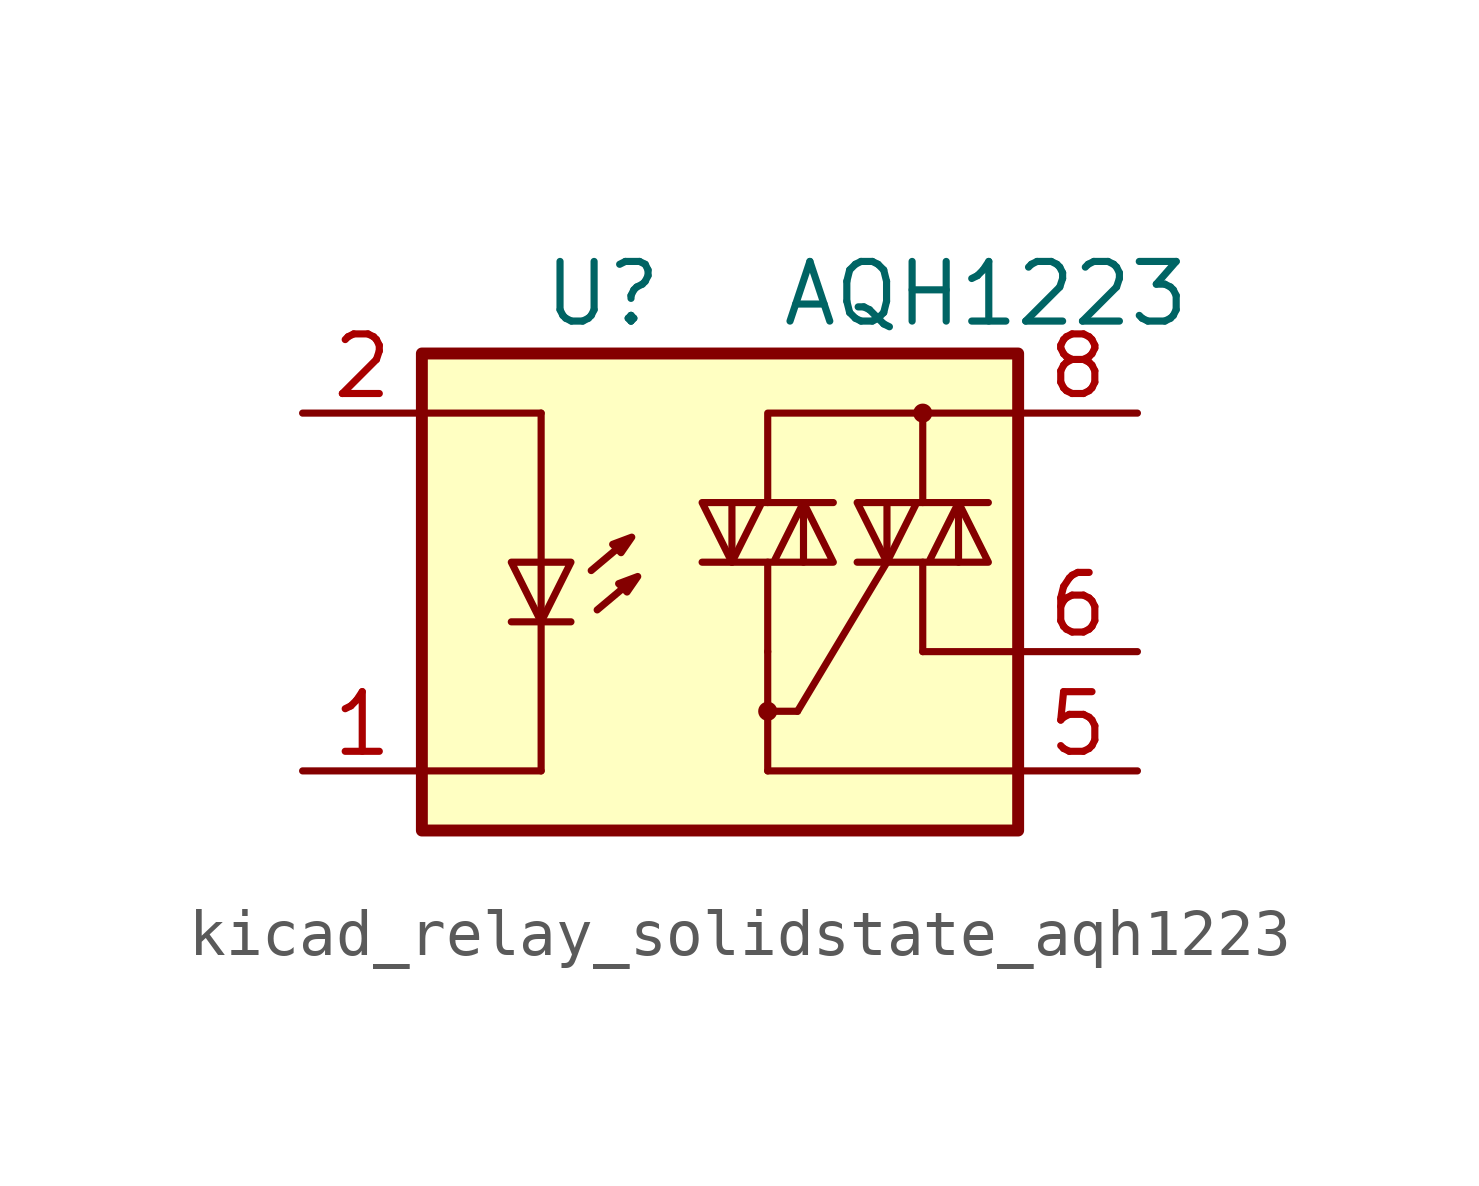
<source format=kicad_sym>
(kicad_symbol_lib
  (version 20220914)
  (generator kicad_symbol_editor)
  (symbol "kicad_relay_solidstate_aqh1223"
    (property "Reference" "U"
      (at -5.08 5.08 0)
      (effects (font (size 1.27 1.27)) (justify left)))
    (property "Value" "AQH1223"
      (at 0 5.08 0)
      (effects (font (size 1.27 1.27)) (justify left)))
    (symbol "kicad_relay_solidstate_aqh1223_0_1"
      (polyline (pts (xy 3.048 -2.54) (xy 5.08 -2.54)) (stroke (width 0) (type default)) (fill (type none)))
      (polyline (pts (xy 3.048 -0.635) (xy 3.048 -2.54)) (stroke (width 0) (type default)) (fill (type none))))
    (symbol "kicad_relay_solidstate_aqh1223_1_1"
      (rectangle (start -7.62 3.81) (end 5.08 -6.35) (stroke (width 0.254) (type default)) (fill (type background)))
      (circle (center -0.254 -3.81) (radius 0.127) (stroke (width 0) (type default)) (fill (type none)))
      (polyline (pts (xy -5.715 -1.905) (xy -4.445 -1.905)) (stroke (width 0) (type default)) (fill (type none)))
      (polyline (pts (xy -5.08 -5.08) (xy -7.62 -5.08)) (stroke (width 0) (type default)) (fill (type none)))
      (polyline (pts (xy -5.08 -1.905) (xy -5.08 -5.08)) (stroke (width 0) (type default)) (fill (type none)))
      (polyline (pts (xy -5.08 -0.635) (xy -5.08 -1.905)) (stroke (width 0) (type default)) (fill (type none)))
      (polyline (pts (xy -5.08 -0.635) (xy -5.08 2.54)) (stroke (width 0) (type default)) (fill (type none)))
      (polyline (pts (xy -5.08 2.54) (xy -7.493 2.54)) (stroke (width 0) (type default)) (fill (type none)))
      (polyline (pts (xy -3.378 -0.279) (xy -4.013 -0.813)) (stroke (width 0) (type default)) (fill (type none)))
      (polyline (pts (xy -3.251 -1.118) (xy -3.886 -1.651)) (stroke (width 0) (type default)) (fill (type none)))
      (polyline (pts (xy -1.016 -0.635) (xy -1.016 0.635)) (stroke (width 0) (type default)) (fill (type none)))
      (polyline (pts (xy -0.254 -3.81) (xy 0.381 -3.81)) (stroke (width 0) (type default)) (fill (type none)))
      (polyline (pts (xy -0.254 -2.54) (xy -0.254 -5.08)) (stroke (width 0) (type default)) (fill (type none)))
      (polyline (pts (xy -0.254 -2.54) (xy -0.254 -0.635)) (stroke (width 0) (type default)) (fill (type none)))
      (polyline (pts (xy 0.381 -3.81) (xy 2.286 -0.635)) (stroke (width 0) (type default)) (fill (type none)))
      (polyline (pts (xy 0.508 0.635) (xy 0.508 -0.635)) (stroke (width 0) (type default)) (fill (type none)))
      (polyline (pts (xy 2.286 -0.635) (xy 2.286 0.635)) (stroke (width 0) (type default)) (fill (type none)))
      (polyline (pts (xy 3.048 2.54) (xy 3.048 0.635)) (stroke (width 0) (type default)) (fill (type none)))
      (polyline (pts (xy 3.81 0.635) (xy 3.81 -0.635)) (stroke (width 0) (type default)) (fill (type none)))
      (polyline (pts (xy 5.08 -5.08) (xy -0.254 -5.08)) (stroke (width 0) (type default)) (fill (type none)))
      (polyline (pts (xy 5.08 2.54) (xy 3.048 2.54)) (stroke (width 0) (type default)) (fill (type none)))
      (polyline (pts (xy 3.048 2.54) (xy -0.254 2.54) (xy -0.254 0.635)) (stroke (width 0) (type default)) (fill (type none)))
      (polyline (pts (xy -5.08 -1.905) (xy -5.715 -0.635) (xy -4.445 -0.635) (xy -5.08 -1.905)) (stroke (width 0) (type default)) (fill (type none)))
      (polyline (pts (xy -3.556 -0.254) (xy -3.378 -0.432) (xy -3.15 -0.102) (xy -3.556 -0.254)) (stroke (width 0) (type default)) (fill (type none)))
      (polyline (pts (xy -3.429 -1.092) (xy -3.251 -1.27) (xy -3.023 -0.94) (xy -3.429 -1.092)) (stroke (width 0) (type default)) (fill (type none)))
      (polyline (pts (xy -1.651 -0.635) (xy 1.143 -0.635) (xy 0.508 0.635) (xy -0.127 -0.635)) (stroke (width 0) (type default)) (fill (type none)))
      (polyline (pts (xy 1.143 0.635) (xy -1.651 0.635) (xy -1.016 -0.635) (xy -0.381 0.635)) (stroke (width 0) (type default)) (fill (type none)))
      (polyline (pts (xy 1.651 -0.635) (xy 4.445 -0.635) (xy 3.81 0.635) (xy 3.175 -0.635)) (stroke (width 0) (type default)) (fill (type none)))
      (polyline (pts (xy 4.445 0.635) (xy 1.651 0.635) (xy 2.286 -0.635) (xy 2.921 0.635)) (stroke (width 0) (type default)) (fill (type none)))
      (circle (center 3.048 2.54) (radius 0.127) (stroke (width 0) (type default)) (fill (type none)))
      (pin passive line (at -10.16 -5.08 0) (length 2.54) (name "~" (effects (font (size 1.27 1.27)))) (number "1" (effects (font (size 1.27 1.27)))))
      (pin passive line (at -10.16 2.54 0) (length 2.54) (name "~" (effects (font (size 1.27 1.27)))) (number "2" (effects (font (size 1.27 1.27)))))
      (pin passive line (at -10.16 -5.08 0) (length 2.54) hide (name "~" (effects (font (size 1.27 1.27)))) (number "3" (effects (font (size 1.27 1.27)))))
      (pin passive line (at -10.16 -5.08 0) (length 2.54) hide (name "~" (effects (font (size 1.27 1.27)))) (number "4" (effects (font (size 1.27 1.27)))))
      (pin passive line (at 7.62 -5.08 180) (length 2.54) (name "~" (effects (font (size 1.27 1.27)))) (number "5" (effects (font (size 1.27 1.27)))))
      (pin passive line (at 7.62 -2.54 180) (length 2.54) (name "~" (effects (font (size 1.27 1.27)))) (number "6" (effects (font (size 1.27 1.27)))))
      (pin passive line (at 7.62 2.54 180) (length 2.54) (name "~" (effects (font (size 1.27 1.27)))) (number "8" (effects (font (size 1.27 1.27))))))))
</source>
